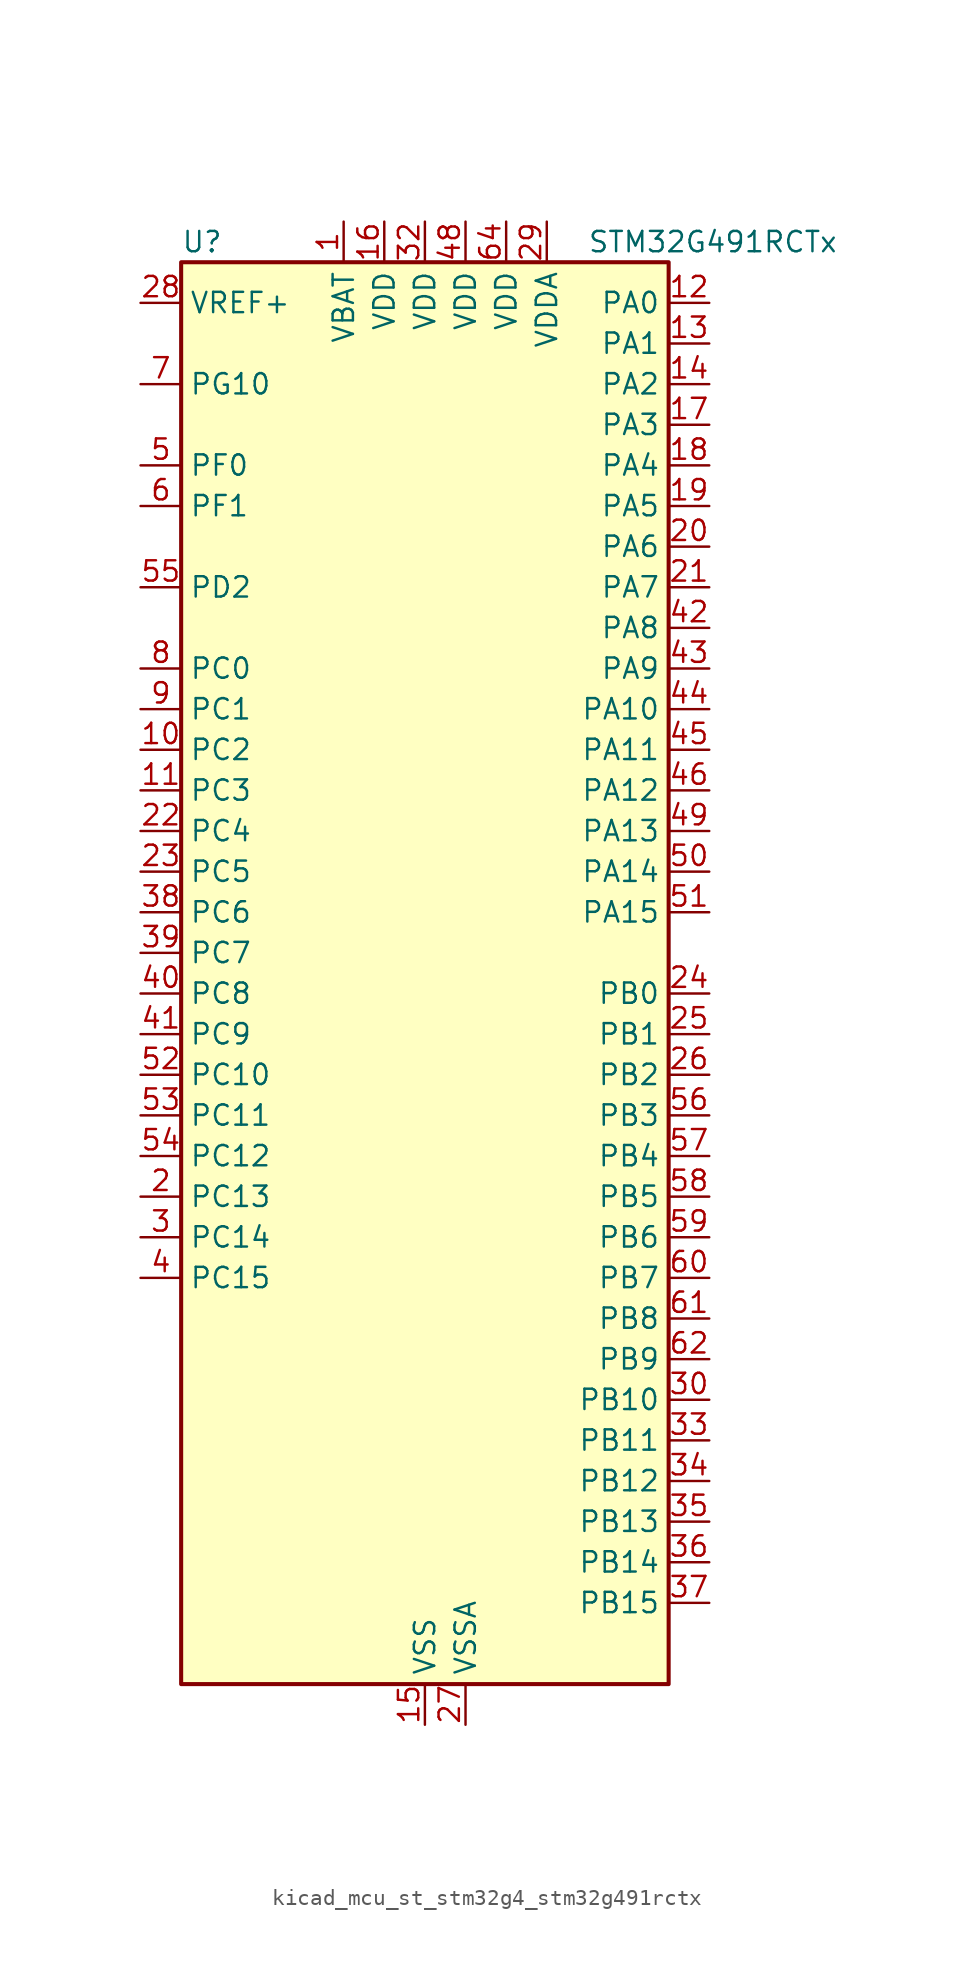
<source format=kicad_sym>
(kicad_symbol_lib
  (version 20220914)
  (generator kicad_symbol_editor)
  (symbol "kicad_mcu_st_stm32g4_stm32g491rctx"
    (property "Reference" "U"
      (at -15.24 46.99 0)
      (effects (font (size 1.27 1.27)) (justify left)))
    (property "Value" "STM32G491RCTx"
      (at 10.16 46.99 0)
      (effects (font (size 1.27 1.27)) (justify left)))
    (property "ki_locked" ""
      (at 0 0 0)
      (effects (font (size 1.27 1.27))))
    (symbol "kicad_mcu_st_stm32g4_stm32g491rctx_0_1"
      (rectangle (start -15.24 -43.18) (end 15.24 45.72) (stroke (width 0.254) (type default)) (fill (type background))))
    (symbol "kicad_mcu_st_stm32g4_stm32g491rctx_1_1"
      (pin power_in line (at -5.08 48.26 270) (length 2.54) (name "VBAT" (effects (font (size 1.27 1.27)))) (number "1" (effects (font (size 1.27 1.27)))))
      (pin bidirectional line (at -17.78 15.24 0) (length 2.54) (name "PC2" (effects (font (size 1.27 1.27)))) (number "10" (effects (font (size 1.27 1.27)))) (alternate "ADC1_IN8" bidirectional line) (alternate "ADC2_IN8" bidirectional line) (alternate "ADC3_EXTI2" bidirectional line) (alternate "COMP3_OUT" bidirectional line) (alternate "LPTIM1_IN2" bidirectional line) (alternate "QUADSPI1_BK2_IO1" bidirectional line) (alternate "TIM1_CH3" bidirectional line) (alternate "TIM20_CH2" bidirectional line))
      (pin bidirectional line (at -17.78 12.7 0) (length 2.54) (name "PC3" (effects (font (size 1.27 1.27)))) (number "11" (effects (font (size 1.27 1.27)))) (alternate "ADC1_IN9" bidirectional line) (alternate "ADC2_IN9" bidirectional line) (alternate "ADC3_EXTI3" bidirectional line) (alternate "LPTIM1_ETR" bidirectional line) (alternate "QUADSPI1_BK2_IO2" bidirectional line) (alternate "SAI1_D1" bidirectional line) (alternate "SAI1_SD_A" bidirectional line) (alternate "TIM1_BKIN2" bidirectional line) (alternate "TIM1_CH4" bidirectional line))
      (pin bidirectional line (at 17.78 43.18 180) (length 2.54) (name "PA0" (effects (font (size 1.27 1.27)))) (number "12" (effects (font (size 1.27 1.27)))) (alternate "ADC1_IN1" bidirectional line) (alternate "ADC2_IN1" bidirectional line) (alternate "COMP1_INM" bidirectional line) (alternate "COMP1_OUT" bidirectional line) (alternate "COMP3_INP" bidirectional line) (alternate "RTC_TAMP2" bidirectional line) (alternate "SYS_WKUP1" bidirectional line) (alternate "TIM2_CH1" bidirectional line) (alternate "TIM2_ETR" bidirectional line) (alternate "TIM8_BKIN" bidirectional line) (alternate "TIM8_ETR" bidirectional line) (alternate "USART2_CTS" bidirectional line) (alternate "USART2_NSS" bidirectional line))
      (pin bidirectional line (at 17.78 40.64 180) (length 2.54) (name "PA1" (effects (font (size 1.27 1.27)))) (number "13" (effects (font (size 1.27 1.27)))) (alternate "ADC1_IN2" bidirectional line) (alternate "ADC2_IN2" bidirectional line) (alternate "COMP1_INP" bidirectional line) (alternate "OPAMP1_VINP" bidirectional line) (alternate "OPAMP1_VINP_SEC" bidirectional line) (alternate "OPAMP3_VINP" bidirectional line) (alternate "OPAMP3_VINP_SEC" bidirectional line) (alternate "OPAMP6_VINM" bidirectional line) (alternate "OPAMP6_VINM0" bidirectional line) (alternate "OPAMP6_VINM_SEC" bidirectional line) (alternate "RTC_REFIN" bidirectional line) (alternate "TIM15_CH1N" bidirectional line) (alternate "TIM2_CH2" bidirectional line) (alternate "USART2_DE" bidirectional line) (alternate "USART2_RTS" bidirectional line))
      (pin bidirectional line (at 17.78 38.1 180) (length 2.54) (name "PA2" (effects (font (size 1.27 1.27)))) (number "14" (effects (font (size 1.27 1.27)))) (alternate "ADC1_IN3" bidirectional line) (alternate "ADC3_EXTI2" bidirectional line) (alternate "COMP2_INM" bidirectional line) (alternate "COMP2_OUT" bidirectional line) (alternate "LPUART1_TX" bidirectional line) (alternate "OPAMP1_VOUT" bidirectional line) (alternate "QUADSPI1_BK1_NCS" bidirectional line) (alternate "RCC_LSCO" bidirectional line) (alternate "SYS_WKUP4" bidirectional line) (alternate "TIM15_CH1" bidirectional line) (alternate "TIM2_CH3" bidirectional line) (alternate "UCPD1_FRSTX1" bidirectional line) (alternate "UCPD1_FRSTX2" bidirectional line) (alternate "USART2_TX" bidirectional line))
      (pin power_in line (at 0 -45.72 90) (length 2.54) (name "VSS" (effects (font (size 1.27 1.27)))) (number "15" (effects (font (size 1.27 1.27)))))
      (pin power_in line (at -2.54 48.26 270) (length 2.54) (name "VDD" (effects (font (size 1.27 1.27)))) (number "16" (effects (font (size 1.27 1.27)))))
      (pin bidirectional line (at 17.78 35.56 180) (length 2.54) (name "PA3" (effects (font (size 1.27 1.27)))) (number "17" (effects (font (size 1.27 1.27)))) (alternate "ADC1_IN4" bidirectional line) (alternate "ADC3_EXTI3" bidirectional line) (alternate "COMP2_INP" bidirectional line) (alternate "LPUART1_RX" bidirectional line) (alternate "OPAMP1_VINM" bidirectional line) (alternate "OPAMP1_VINM0" bidirectional line) (alternate "OPAMP1_VINM_SEC" bidirectional line) (alternate "OPAMP1_VINP" bidirectional line) (alternate "OPAMP1_VINP_SEC" bidirectional line) (alternate "QUADSPI1_CLK" bidirectional line) (alternate "SAI1_CK1" bidirectional line) (alternate "SAI1_MCLK_A" bidirectional line) (alternate "TIM15_CH2" bidirectional line) (alternate "TIM2_CH4" bidirectional line) (alternate "USART2_RX" bidirectional line))
      (pin bidirectional line (at 17.78 33.02 180) (length 2.54) (name "PA4" (effects (font (size 1.27 1.27)))) (number "18" (effects (font (size 1.27 1.27)))) (alternate "ADC2_IN17" bidirectional line) (alternate "COMP1_INM" bidirectional line) (alternate "DAC1_OUT1" bidirectional line) (alternate "I2S3_WS" bidirectional line) (alternate "SAI1_FS_B" bidirectional line) (alternate "SPI1_NSS" bidirectional line) (alternate "SPI3_NSS" bidirectional line) (alternate "TIM3_CH2" bidirectional line) (alternate "USART2_CK" bidirectional line))
      (pin bidirectional line (at 17.78 30.48 180) (length 2.54) (name "PA5" (effects (font (size 1.27 1.27)))) (number "19" (effects (font (size 1.27 1.27)))) (alternate "ADC2_IN13" bidirectional line) (alternate "COMP2_INM" bidirectional line) (alternate "DAC1_OUT2" bidirectional line) (alternate "OPAMP2_VINM" bidirectional line) (alternate "OPAMP2_VINM0" bidirectional line) (alternate "OPAMP2_VINM_SEC" bidirectional line) (alternate "SPI1_SCK" bidirectional line) (alternate "TIM2_CH1" bidirectional line) (alternate "TIM2_ETR" bidirectional line) (alternate "UCPD1_FRSTX1" bidirectional line) (alternate "UCPD1_FRSTX2" bidirectional line))
      (pin bidirectional line (at -17.78 -12.7 0) (length 2.54) (name "PC13" (effects (font (size 1.27 1.27)))) (number "2" (effects (font (size 1.27 1.27)))) (alternate "RTC_OUT1" bidirectional line) (alternate "RTC_TAMP1" bidirectional line) (alternate "RTC_TS" bidirectional line) (alternate "SYS_WKUP2" bidirectional line) (alternate "TIM1_BKIN" bidirectional line) (alternate "TIM1_CH1N" bidirectional line) (alternate "TIM8_CH4N" bidirectional line))
      (pin bidirectional line (at 17.78 27.94 180) (length 2.54) (name "PA6" (effects (font (size 1.27 1.27)))) (number "20" (effects (font (size 1.27 1.27)))) (alternate "ADC2_IN3" bidirectional line) (alternate "COMP1_OUT" bidirectional line) (alternate "LPUART1_CTS" bidirectional line) (alternate "OPAMP2_VOUT" bidirectional line) (alternate "QUADSPI1_BK1_IO3" bidirectional line) (alternate "SPI1_MISO" bidirectional line) (alternate "TIM16_CH1" bidirectional line) (alternate "TIM1_BKIN" bidirectional line) (alternate "TIM3_CH1" bidirectional line) (alternate "TIM8_BKIN" bidirectional line))
      (pin bidirectional line (at 17.78 25.4 180) (length 2.54) (name "PA7" (effects (font (size 1.27 1.27)))) (number "21" (effects (font (size 1.27 1.27)))) (alternate "ADC2_IN4" bidirectional line) (alternate "COMP2_INP" bidirectional line) (alternate "COMP2_OUT" bidirectional line) (alternate "OPAMP1_VINP" bidirectional line) (alternate "OPAMP1_VINP_SEC" bidirectional line) (alternate "OPAMP2_VINP" bidirectional line) (alternate "OPAMP2_VINP_SEC" bidirectional line) (alternate "QUADSPI1_BK1_IO2" bidirectional line) (alternate "SPI1_MOSI" bidirectional line) (alternate "TIM17_CH1" bidirectional line) (alternate "TIM1_CH1N" bidirectional line) (alternate "TIM3_CH2" bidirectional line) (alternate "TIM8_CH1N" bidirectional line) (alternate "UCPD1_FRSTX1" bidirectional line) (alternate "UCPD1_FRSTX2" bidirectional line))
      (pin bidirectional line (at -17.78 10.16 0) (length 2.54) (name "PC4" (effects (font (size 1.27 1.27)))) (number "22" (effects (font (size 1.27 1.27)))) (alternate "ADC2_IN5" bidirectional line) (alternate "I2C2_SCL" bidirectional line) (alternate "QUADSPI1_BK2_IO3" bidirectional line) (alternate "TIM1_ETR" bidirectional line) (alternate "USART1_TX" bidirectional line))
      (pin bidirectional line (at -17.78 7.62 0) (length 2.54) (name "PC5" (effects (font (size 1.27 1.27)))) (number "23" (effects (font (size 1.27 1.27)))) (alternate "ADC2_IN11" bidirectional line) (alternate "OPAMP1_VINM" bidirectional line) (alternate "OPAMP1_VINM1" bidirectional line) (alternate "OPAMP1_VINM_SEC" bidirectional line) (alternate "OPAMP2_VINM" bidirectional line) (alternate "OPAMP2_VINM1" bidirectional line) (alternate "OPAMP2_VINM_SEC" bidirectional line) (alternate "SAI1_D3" bidirectional line) (alternate "SYS_WKUP5" bidirectional line) (alternate "TIM15_BKIN" bidirectional line) (alternate "TIM1_CH4N" bidirectional line) (alternate "USART1_RX" bidirectional line))
      (pin bidirectional line (at 17.78 0 180) (length 2.54) (name "PB0" (effects (font (size 1.27 1.27)))) (number "24" (effects (font (size 1.27 1.27)))) (alternate "ADC1_IN15" bidirectional line) (alternate "ADC3_IN12" bidirectional line) (alternate "COMP4_INP" bidirectional line) (alternate "OPAMP2_VINP" bidirectional line) (alternate "OPAMP2_VINP_SEC" bidirectional line) (alternate "OPAMP3_VINP" bidirectional line) (alternate "OPAMP3_VINP_SEC" bidirectional line) (alternate "QUADSPI1_BK1_IO1" bidirectional line) (alternate "TIM1_CH2N" bidirectional line) (alternate "TIM3_CH3" bidirectional line) (alternate "TIM8_CH2N" bidirectional line) (alternate "UCPD1_FRSTX1" bidirectional line) (alternate "UCPD1_FRSTX2" bidirectional line))
      (pin bidirectional line (at 17.78 -2.54 180) (length 2.54) (name "PB1" (effects (font (size 1.27 1.27)))) (number "25" (effects (font (size 1.27 1.27)))) (alternate "ADC1_IN12" bidirectional line) (alternate "ADC3_IN1" bidirectional line) (alternate "COMP1_INP" bidirectional line) (alternate "COMP4_OUT" bidirectional line) (alternate "LPUART1_DE" bidirectional line) (alternate "LPUART1_RTS" bidirectional line) (alternate "OPAMP3_VOUT" bidirectional line) (alternate "OPAMP6_VINM" bidirectional line) (alternate "OPAMP6_VINM1" bidirectional line) (alternate "OPAMP6_VINM_SEC" bidirectional line) (alternate "QUADSPI1_BK1_IO0" bidirectional line) (alternate "TIM1_CH3N" bidirectional line) (alternate "TIM3_CH4" bidirectional line) (alternate "TIM8_CH3N" bidirectional line))
      (pin bidirectional line (at 17.78 -5.08 180) (length 2.54) (name "PB2" (effects (font (size 1.27 1.27)))) (number "26" (effects (font (size 1.27 1.27)))) (alternate "ADC2_IN12" bidirectional line) (alternate "ADC3_EXTI2" bidirectional line) (alternate "COMP4_INM" bidirectional line) (alternate "I2C3_SMBA" bidirectional line) (alternate "LPTIM1_OUT" bidirectional line) (alternate "OPAMP3_VINM" bidirectional line) (alternate "OPAMP3_VINM0" bidirectional line) (alternate "OPAMP3_VINM_SEC" bidirectional line) (alternate "QUADSPI1_BK2_IO1" bidirectional line) (alternate "RTC_OUT2" bidirectional line) (alternate "TIM20_CH1" bidirectional line))
      (pin power_in line (at 2.54 -45.72 90) (length 2.54) (name "VSSA" (effects (font (size 1.27 1.27)))) (number "27" (effects (font (size 1.27 1.27)))))
      (pin input line (at -17.78 43.18 0) (length 2.54) (name "VREF+" (effects (font (size 1.27 1.27)))) (number "28" (effects (font (size 1.27 1.27)))) (alternate "VREFBUF_OUT" bidirectional line))
      (pin power_in line (at 7.62 48.26 270) (length 2.54) (name "VDDA" (effects (font (size 1.27 1.27)))) (number "29" (effects (font (size 1.27 1.27)))))
      (pin bidirectional line (at -17.78 -15.24 0) (length 2.54) (name "PC14" (effects (font (size 1.27 1.27)))) (number "3" (effects (font (size 1.27 1.27)))) (alternate "RCC_OSC32_IN" bidirectional line))
      (pin bidirectional line (at 17.78 -25.4 180) (length 2.54) (name "PB10" (effects (font (size 1.27 1.27)))) (number "30" (effects (font (size 1.27 1.27)))) (alternate "DAC1_EXTI10" bidirectional line) (alternate "DAC3_EXTI10" bidirectional line) (alternate "LPUART1_RX" bidirectional line) (alternate "OPAMP3_VINM" bidirectional line) (alternate "OPAMP3_VINM1" bidirectional line) (alternate "OPAMP3_VINM_SEC" bidirectional line) (alternate "QUADSPI1_CLK" bidirectional line) (alternate "SAI1_SCK_A" bidirectional line) (alternate "TIM1_BKIN" bidirectional line) (alternate "TIM2_CH3" bidirectional line) (alternate "USART3_TX" bidirectional line))
      (pin passive line (at 0 -45.72 90) (length 2.54) hide (name "VSS" (effects (font (size 1.27 1.27)))) (number "31" (effects (font (size 1.27 1.27)))))
      (pin power_in line (at 0 48.26 270) (length 2.54) (name "VDD" (effects (font (size 1.27 1.27)))) (number "32" (effects (font (size 1.27 1.27)))))
      (pin bidirectional line (at 17.78 -27.94 180) (length 2.54) (name "PB11" (effects (font (size 1.27 1.27)))) (number "33" (effects (font (size 1.27 1.27)))) (alternate "ADC1_EXTI11" bidirectional line) (alternate "ADC1_IN14" bidirectional line) (alternate "ADC2_EXTI11" bidirectional line) (alternate "ADC2_IN14" bidirectional line) (alternate "LPUART1_TX" bidirectional line) (alternate "OPAMP6_VOUT" bidirectional line) (alternate "QUADSPI1_BK1_NCS" bidirectional line) (alternate "TIM2_CH4" bidirectional line) (alternate "USART3_RX" bidirectional line))
      (pin bidirectional line (at 17.78 -30.48 180) (length 2.54) (name "PB12" (effects (font (size 1.27 1.27)))) (number "34" (effects (font (size 1.27 1.27)))) (alternate "ADC1_IN11" bidirectional line) (alternate "FDCAN2_RX" bidirectional line) (alternate "I2C2_SMBA" bidirectional line) (alternate "I2S2_WS" bidirectional line) (alternate "LPUART1_DE" bidirectional line) (alternate "LPUART1_RTS" bidirectional line) (alternate "OPAMP6_VINP" bidirectional line) (alternate "OPAMP6_VINP_SEC" bidirectional line) (alternate "SPI2_NSS" bidirectional line) (alternate "TIM1_BKIN" bidirectional line) (alternate "USART3_CK" bidirectional line))
      (pin bidirectional line (at 17.78 -33.02 180) (length 2.54) (name "PB13" (effects (font (size 1.27 1.27)))) (number "35" (effects (font (size 1.27 1.27)))) (alternate "ADC3_IN5" bidirectional line) (alternate "FDCAN2_TX" bidirectional line) (alternate "I2S2_CK" bidirectional line) (alternate "LPUART1_CTS" bidirectional line) (alternate "OPAMP3_VINP" bidirectional line) (alternate "OPAMP3_VINP_SEC" bidirectional line) (alternate "OPAMP6_VINP" bidirectional line) (alternate "OPAMP6_VINP_SEC" bidirectional line) (alternate "SPI2_SCK" bidirectional line) (alternate "TIM1_CH1N" bidirectional line) (alternate "USART3_CTS" bidirectional line) (alternate "USART3_NSS" bidirectional line))
      (pin bidirectional line (at 17.78 -35.56 180) (length 2.54) (name "PB14" (effects (font (size 1.27 1.27)))) (number "36" (effects (font (size 1.27 1.27)))) (alternate "ADC1_IN5" bidirectional line) (alternate "COMP4_OUT" bidirectional line) (alternate "OPAMP2_VINP" bidirectional line) (alternate "OPAMP2_VINP_SEC" bidirectional line) (alternate "SPI2_MISO" bidirectional line) (alternate "TIM15_CH1" bidirectional line) (alternate "TIM1_CH2N" bidirectional line) (alternate "USART3_DE" bidirectional line) (alternate "USART3_RTS" bidirectional line))
      (pin bidirectional line (at 17.78 -38.1 180) (length 2.54) (name "PB15" (effects (font (size 1.27 1.27)))) (number "37" (effects (font (size 1.27 1.27)))) (alternate "ADC1_EXTI15" bidirectional line) (alternate "ADC2_EXTI15" bidirectional line) (alternate "ADC2_IN15" bidirectional line) (alternate "COMP3_OUT" bidirectional line) (alternate "I2S2_SD" bidirectional line) (alternate "RTC_REFIN" bidirectional line) (alternate "SPI2_MOSI" bidirectional line) (alternate "TIM15_CH1N" bidirectional line) (alternate "TIM15_CH2" bidirectional line) (alternate "TIM1_CH3N" bidirectional line))
      (pin bidirectional line (at -17.78 5.08 0) (length 2.54) (name "PC6" (effects (font (size 1.27 1.27)))) (number "38" (effects (font (size 1.27 1.27)))) (alternate "I2S2_MCK" bidirectional line) (alternate "TIM3_CH1" bidirectional line) (alternate "TIM8_CH1" bidirectional line))
      (pin bidirectional line (at -17.78 2.54 0) (length 2.54) (name "PC7" (effects (font (size 1.27 1.27)))) (number "39" (effects (font (size 1.27 1.27)))) (alternate "I2S3_MCK" bidirectional line) (alternate "TIM3_CH2" bidirectional line) (alternate "TIM8_CH2" bidirectional line))
      (pin bidirectional line (at -17.78 -17.78 0) (length 2.54) (name "PC15" (effects (font (size 1.27 1.27)))) (number "4" (effects (font (size 1.27 1.27)))) (alternate "ADC1_EXTI15" bidirectional line) (alternate "ADC2_EXTI15" bidirectional line) (alternate "RCC_OSC32_OUT" bidirectional line))
      (pin bidirectional line (at -17.78 0 0) (length 2.54) (name "PC8" (effects (font (size 1.27 1.27)))) (number "40" (effects (font (size 1.27 1.27)))) (alternate "I2C3_SCL" bidirectional line) (alternate "TIM20_CH3" bidirectional line) (alternate "TIM3_CH3" bidirectional line) (alternate "TIM8_CH3" bidirectional line))
      (pin bidirectional line (at -17.78 -2.54 0) (length 2.54) (name "PC9" (effects (font (size 1.27 1.27)))) (number "41" (effects (font (size 1.27 1.27)))) (alternate "DAC1_EXTI9" bidirectional line) (alternate "DAC3_EXTI9" bidirectional line) (alternate "I2C3_SDA" bidirectional line) (alternate "I2S_CKIN" bidirectional line) (alternate "TIM3_CH4" bidirectional line) (alternate "TIM8_BKIN2" bidirectional line) (alternate "TIM8_CH4" bidirectional line))
      (pin bidirectional line (at 17.78 22.86 180) (length 2.54) (name "PA8" (effects (font (size 1.27 1.27)))) (number "42" (effects (font (size 1.27 1.27)))) (alternate "I2C2_SDA" bidirectional line) (alternate "I2C3_SCL" bidirectional line) (alternate "I2S2_MCK" bidirectional line) (alternate "RCC_MCO" bidirectional line) (alternate "SAI1_CK2" bidirectional line) (alternate "SAI1_SCK_A" bidirectional line) (alternate "TIM1_CH1" bidirectional line) (alternate "TIM4_ETR" bidirectional line) (alternate "USART1_CK" bidirectional line))
      (pin bidirectional line (at 17.78 20.32 180) (length 2.54) (name "PA9" (effects (font (size 1.27 1.27)))) (number "43" (effects (font (size 1.27 1.27)))) (alternate "DAC1_EXTI9" bidirectional line) (alternate "DAC3_EXTI9" bidirectional line) (alternate "I2C2_SCL" bidirectional line) (alternate "I2C3_SMBA" bidirectional line) (alternate "I2S3_MCK" bidirectional line) (alternate "SAI1_FS_A" bidirectional line) (alternate "TIM15_BKIN" bidirectional line) (alternate "TIM1_CH2" bidirectional line) (alternate "TIM2_CH3" bidirectional line) (alternate "UCPD1_DBCC1" bidirectional line) (alternate "USART1_TX" bidirectional line))
      (pin bidirectional line (at 17.78 17.78 180) (length 2.54) (name "PA10" (effects (font (size 1.27 1.27)))) (number "44" (effects (font (size 1.27 1.27)))) (alternate "CRS_SYNC" bidirectional line) (alternate "DAC1_EXTI10" bidirectional line) (alternate "DAC3_EXTI10" bidirectional line) (alternate "I2C2_SMBA" bidirectional line) (alternate "SAI1_D1" bidirectional line) (alternate "SAI1_SD_A" bidirectional line) (alternate "SPI2_MISO" bidirectional line) (alternate "TIM17_BKIN" bidirectional line) (alternate "TIM1_CH3" bidirectional line) (alternate "TIM2_CH4" bidirectional line) (alternate "TIM8_BKIN" bidirectional line) (alternate "UCPD1_DBCC2" bidirectional line) (alternate "USART1_RX" bidirectional line))
      (pin bidirectional line (at 17.78 15.24 180) (length 2.54) (name "PA11" (effects (font (size 1.27 1.27)))) (number "45" (effects (font (size 1.27 1.27)))) (alternate "ADC1_EXTI11" bidirectional line) (alternate "ADC2_EXTI11" bidirectional line) (alternate "COMP1_OUT" bidirectional line) (alternate "FDCAN1_RX" bidirectional line) (alternate "I2S2_SD" bidirectional line) (alternate "SPI2_MOSI" bidirectional line) (alternate "TIM1_BKIN2" bidirectional line) (alternate "TIM1_CH1N" bidirectional line) (alternate "TIM1_CH4" bidirectional line) (alternate "TIM4_CH1" bidirectional line) (alternate "USART1_CTS" bidirectional line) (alternate "USART1_NSS" bidirectional line) (alternate "USB_DM" bidirectional line))
      (pin bidirectional line (at 17.78 12.7 180) (length 2.54) (name "PA12" (effects (font (size 1.27 1.27)))) (number "46" (effects (font (size 1.27 1.27)))) (alternate "COMP2_OUT" bidirectional line) (alternate "FDCAN1_TX" bidirectional line) (alternate "I2S_CKIN" bidirectional line) (alternate "TIM16_CH1" bidirectional line) (alternate "TIM1_CH2N" bidirectional line) (alternate "TIM1_ETR" bidirectional line) (alternate "TIM4_CH2" bidirectional line) (alternate "USART1_DE" bidirectional line) (alternate "USART1_RTS" bidirectional line) (alternate "USB_DP" bidirectional line))
      (pin passive line (at 0 -45.72 90) (length 2.54) hide (name "VSS" (effects (font (size 1.27 1.27)))) (number "47" (effects (font (size 1.27 1.27)))))
      (pin power_in line (at 2.54 48.26 270) (length 2.54) (name "VDD" (effects (font (size 1.27 1.27)))) (number "48" (effects (font (size 1.27 1.27)))))
      (pin bidirectional line (at 17.78 10.16 180) (length 2.54) (name "PA13" (effects (font (size 1.27 1.27)))) (number "49" (effects (font (size 1.27 1.27)))) (alternate "I2C1_SCL" bidirectional line) (alternate "IR_OUT" bidirectional line) (alternate "SAI1_SD_B" bidirectional line) (alternate "SYS_JTMS-SWDIO" bidirectional line) (alternate "TIM16_CH1N" bidirectional line) (alternate "TIM4_CH3" bidirectional line) (alternate "USART3_CTS" bidirectional line) (alternate "USART3_NSS" bidirectional line))
      (pin bidirectional line (at -17.78 33.02 0) (length 2.54) (name "PF0" (effects (font (size 1.27 1.27)))) (number "5" (effects (font (size 1.27 1.27)))) (alternate "ADC1_IN10" bidirectional line) (alternate "I2C2_SDA" bidirectional line) (alternate "I2S2_WS" bidirectional line) (alternate "RCC_OSC_IN" bidirectional line) (alternate "SPI2_NSS" bidirectional line) (alternate "TIM1_CH3N" bidirectional line))
      (pin bidirectional line (at 17.78 7.62 180) (length 2.54) (name "PA14" (effects (font (size 1.27 1.27)))) (number "50" (effects (font (size 1.27 1.27)))) (alternate "I2C1_SDA" bidirectional line) (alternate "LPTIM1_OUT" bidirectional line) (alternate "SAI1_FS_B" bidirectional line) (alternate "SYS_JTCK-SWCLK" bidirectional line) (alternate "TIM1_BKIN" bidirectional line) (alternate "TIM8_CH2" bidirectional line) (alternate "USART2_TX" bidirectional line))
      (pin bidirectional line (at 17.78 5.08 180) (length 2.54) (name "PA15" (effects (font (size 1.27 1.27)))) (number "51" (effects (font (size 1.27 1.27)))) (alternate "ADC1_EXTI15" bidirectional line) (alternate "ADC2_EXTI15" bidirectional line) (alternate "I2C1_SCL" bidirectional line) (alternate "I2S3_WS" bidirectional line) (alternate "SPI1_NSS" bidirectional line) (alternate "SPI3_NSS" bidirectional line) (alternate "SYS_JTDI" bidirectional line) (alternate "TIM1_BKIN" bidirectional line) (alternate "TIM20_ETR" bidirectional line) (alternate "TIM2_CH1" bidirectional line) (alternate "TIM2_ETR" bidirectional line) (alternate "TIM8_CH1" bidirectional line) (alternate "UART4_DE" bidirectional line) (alternate "UART4_RTS" bidirectional line) (alternate "USART2_RX" bidirectional line))
      (pin bidirectional line (at -17.78 -5.08 0) (length 2.54) (name "PC10" (effects (font (size 1.27 1.27)))) (number "52" (effects (font (size 1.27 1.27)))) (alternate "DAC1_EXTI10" bidirectional line) (alternate "DAC3_EXTI10" bidirectional line) (alternate "I2S3_CK" bidirectional line) (alternate "SPI3_SCK" bidirectional line) (alternate "TIM8_CH1N" bidirectional line) (alternate "UART4_TX" bidirectional line) (alternate "USART3_TX" bidirectional line))
      (pin bidirectional line (at -17.78 -7.62 0) (length 2.54) (name "PC11" (effects (font (size 1.27 1.27)))) (number "53" (effects (font (size 1.27 1.27)))) (alternate "ADC1_EXTI11" bidirectional line) (alternate "ADC2_EXTI11" bidirectional line) (alternate "I2C3_SDA" bidirectional line) (alternate "SPI3_MISO" bidirectional line) (alternate "TIM8_CH2N" bidirectional line) (alternate "UART4_RX" bidirectional line) (alternate "USART3_RX" bidirectional line))
      (pin bidirectional line (at -17.78 -10.16 0) (length 2.54) (name "PC12" (effects (font (size 1.27 1.27)))) (number "54" (effects (font (size 1.27 1.27)))) (alternate "I2S3_SD" bidirectional line) (alternate "SPI3_MOSI" bidirectional line) (alternate "TIM8_CH3N" bidirectional line) (alternate "UART5_TX" bidirectional line) (alternate "UCPD1_FRSTX1" bidirectional line) (alternate "UCPD1_FRSTX2" bidirectional line) (alternate "USART3_CK" bidirectional line))
      (pin bidirectional line (at -17.78 25.4 0) (length 2.54) (name "PD2" (effects (font (size 1.27 1.27)))) (number "55" (effects (font (size 1.27 1.27)))) (alternate "ADC3_EXTI2" bidirectional line) (alternate "TIM3_ETR" bidirectional line) (alternate "TIM8_BKIN" bidirectional line) (alternate "UART5_RX" bidirectional line))
      (pin bidirectional line (at 17.78 -7.62 180) (length 2.54) (name "PB3" (effects (font (size 1.27 1.27)))) (number "56" (effects (font (size 1.27 1.27)))) (alternate "ADC3_EXTI3" bidirectional line) (alternate "CRS_SYNC" bidirectional line) (alternate "I2S3_CK" bidirectional line) (alternate "SAI1_SCK_B" bidirectional line) (alternate "SPI1_SCK" bidirectional line) (alternate "SPI3_SCK" bidirectional line) (alternate "SYS_JTDO-SWO" bidirectional line) (alternate "TIM2_CH2" bidirectional line) (alternate "TIM3_ETR" bidirectional line) (alternate "TIM4_ETR" bidirectional line) (alternate "TIM8_CH1N" bidirectional line) (alternate "USART2_TX" bidirectional line))
      (pin bidirectional line (at 17.78 -10.16 180) (length 2.54) (name "PB4" (effects (font (size 1.27 1.27)))) (number "57" (effects (font (size 1.27 1.27)))) (alternate "SAI1_MCLK_B" bidirectional line) (alternate "SPI1_MISO" bidirectional line) (alternate "SPI3_MISO" bidirectional line) (alternate "SYS_JTRST" bidirectional line) (alternate "TIM16_CH1" bidirectional line) (alternate "TIM17_BKIN" bidirectional line) (alternate "TIM3_CH1" bidirectional line) (alternate "TIM8_CH2N" bidirectional line) (alternate "UART5_DE" bidirectional line) (alternate "UART5_RTS" bidirectional line) (alternate "UCPD1_CC2" bidirectional line) (alternate "USART2_RX" bidirectional line))
      (pin bidirectional line (at 17.78 -12.7 180) (length 2.54) (name "PB5" (effects (font (size 1.27 1.27)))) (number "58" (effects (font (size 1.27 1.27)))) (alternate "FDCAN2_RX" bidirectional line) (alternate "I2C1_SMBA" bidirectional line) (alternate "I2C3_SDA" bidirectional line) (alternate "I2S3_SD" bidirectional line) (alternate "LPTIM1_IN1" bidirectional line) (alternate "SAI1_SD_B" bidirectional line) (alternate "SPI1_MOSI" bidirectional line) (alternate "SPI3_MOSI" bidirectional line) (alternate "TIM16_BKIN" bidirectional line) (alternate "TIM17_CH1" bidirectional line) (alternate "TIM3_CH2" bidirectional line) (alternate "TIM8_CH3N" bidirectional line) (alternate "UART5_CTS" bidirectional line) (alternate "USART2_CK" bidirectional line))
      (pin bidirectional line (at 17.78 -15.24 180) (length 2.54) (name "PB6" (effects (font (size 1.27 1.27)))) (number "59" (effects (font (size 1.27 1.27)))) (alternate "COMP4_OUT" bidirectional line) (alternate "FDCAN2_TX" bidirectional line) (alternate "LPTIM1_ETR" bidirectional line) (alternate "SAI1_FS_B" bidirectional line) (alternate "TIM16_CH1N" bidirectional line) (alternate "TIM4_CH1" bidirectional line) (alternate "TIM8_BKIN2" bidirectional line) (alternate "TIM8_CH1" bidirectional line) (alternate "TIM8_ETR" bidirectional line) (alternate "UCPD1_CC1" bidirectional line) (alternate "USART1_TX" bidirectional line))
      (pin bidirectional line (at -17.78 30.48 0) (length 2.54) (name "PF1" (effects (font (size 1.27 1.27)))) (number "6" (effects (font (size 1.27 1.27)))) (alternate "ADC2_IN10" bidirectional line) (alternate "COMP3_INM" bidirectional line) (alternate "I2S2_CK" bidirectional line) (alternate "RCC_OSC_OUT" bidirectional line) (alternate "SPI2_SCK" bidirectional line))
      (pin bidirectional line (at 17.78 -17.78 180) (length 2.54) (name "PB7" (effects (font (size 1.27 1.27)))) (number "60" (effects (font (size 1.27 1.27)))) (alternate "COMP3_OUT" bidirectional line) (alternate "I2C1_SDA" bidirectional line) (alternate "LPTIM1_IN2" bidirectional line) (alternate "SYS_PVD_IN" bidirectional line) (alternate "TIM17_CH1N" bidirectional line) (alternate "TIM3_CH4" bidirectional line) (alternate "TIM4_CH2" bidirectional line) (alternate "TIM8_BKIN" bidirectional line) (alternate "UART4_CTS" bidirectional line) (alternate "USART1_RX" bidirectional line))
      (pin bidirectional line (at 17.78 -20.32 180) (length 2.54) (name "PB8" (effects (font (size 1.27 1.27)))) (number "61" (effects (font (size 1.27 1.27)))) (alternate "COMP1_OUT" bidirectional line) (alternate "FDCAN1_RX" bidirectional line) (alternate "I2C1_SCL" bidirectional line) (alternate "SAI1_CK1" bidirectional line) (alternate "SAI1_MCLK_A" bidirectional line) (alternate "TIM16_CH1" bidirectional line) (alternate "TIM1_BKIN" bidirectional line) (alternate "TIM4_CH3" bidirectional line) (alternate "TIM8_CH2" bidirectional line) (alternate "USART3_RX" bidirectional line))
      (pin bidirectional line (at 17.78 -22.86 180) (length 2.54) (name "PB9" (effects (font (size 1.27 1.27)))) (number "62" (effects (font (size 1.27 1.27)))) (alternate "COMP2_OUT" bidirectional line) (alternate "DAC1_EXTI9" bidirectional line) (alternate "DAC3_EXTI9" bidirectional line) (alternate "FDCAN1_TX" bidirectional line) (alternate "I2C1_SDA" bidirectional line) (alternate "IR_OUT" bidirectional line) (alternate "SAI1_D2" bidirectional line) (alternate "SAI1_FS_A" bidirectional line) (alternate "TIM17_CH1" bidirectional line) (alternate "TIM1_CH3N" bidirectional line) (alternate "TIM4_CH4" bidirectional line) (alternate "TIM8_CH3" bidirectional line) (alternate "USART3_TX" bidirectional line))
      (pin passive line (at 0 -45.72 90) (length 2.54) hide (name "VSS" (effects (font (size 1.27 1.27)))) (number "63" (effects (font (size 1.27 1.27)))))
      (pin power_in line (at 5.08 48.26 270) (length 2.54) (name "VDD" (effects (font (size 1.27 1.27)))) (number "64" (effects (font (size 1.27 1.27)))))
      (pin bidirectional line (at -17.78 38.1 0) (length 2.54) (name "PG10" (effects (font (size 1.27 1.27)))) (number "7" (effects (font (size 1.27 1.27)))) (alternate "DAC1_EXTI10" bidirectional line) (alternate "DAC3_EXTI10" bidirectional line) (alternate "RCC_MCO" bidirectional line))
      (pin bidirectional line (at -17.78 20.32 0) (length 2.54) (name "PC0" (effects (font (size 1.27 1.27)))) (number "8" (effects (font (size 1.27 1.27)))) (alternate "ADC1_IN6" bidirectional line) (alternate "ADC2_IN6" bidirectional line) (alternate "COMP3_INM" bidirectional line) (alternate "LPTIM1_IN1" bidirectional line) (alternate "LPUART1_RX" bidirectional line) (alternate "TIM1_CH1" bidirectional line))
      (pin bidirectional line (at -17.78 17.78 0) (length 2.54) (name "PC1" (effects (font (size 1.27 1.27)))) (number "9" (effects (font (size 1.27 1.27)))) (alternate "ADC1_IN7" bidirectional line) (alternate "ADC2_IN7" bidirectional line) (alternate "COMP3_INP" bidirectional line) (alternate "LPTIM1_OUT" bidirectional line) (alternate "LPUART1_TX" bidirectional line) (alternate "QUADSPI1_BK2_IO0" bidirectional line) (alternate "SAI1_SD_A" bidirectional line) (alternate "TIM1_CH2" bidirectional line)))))
</source>
